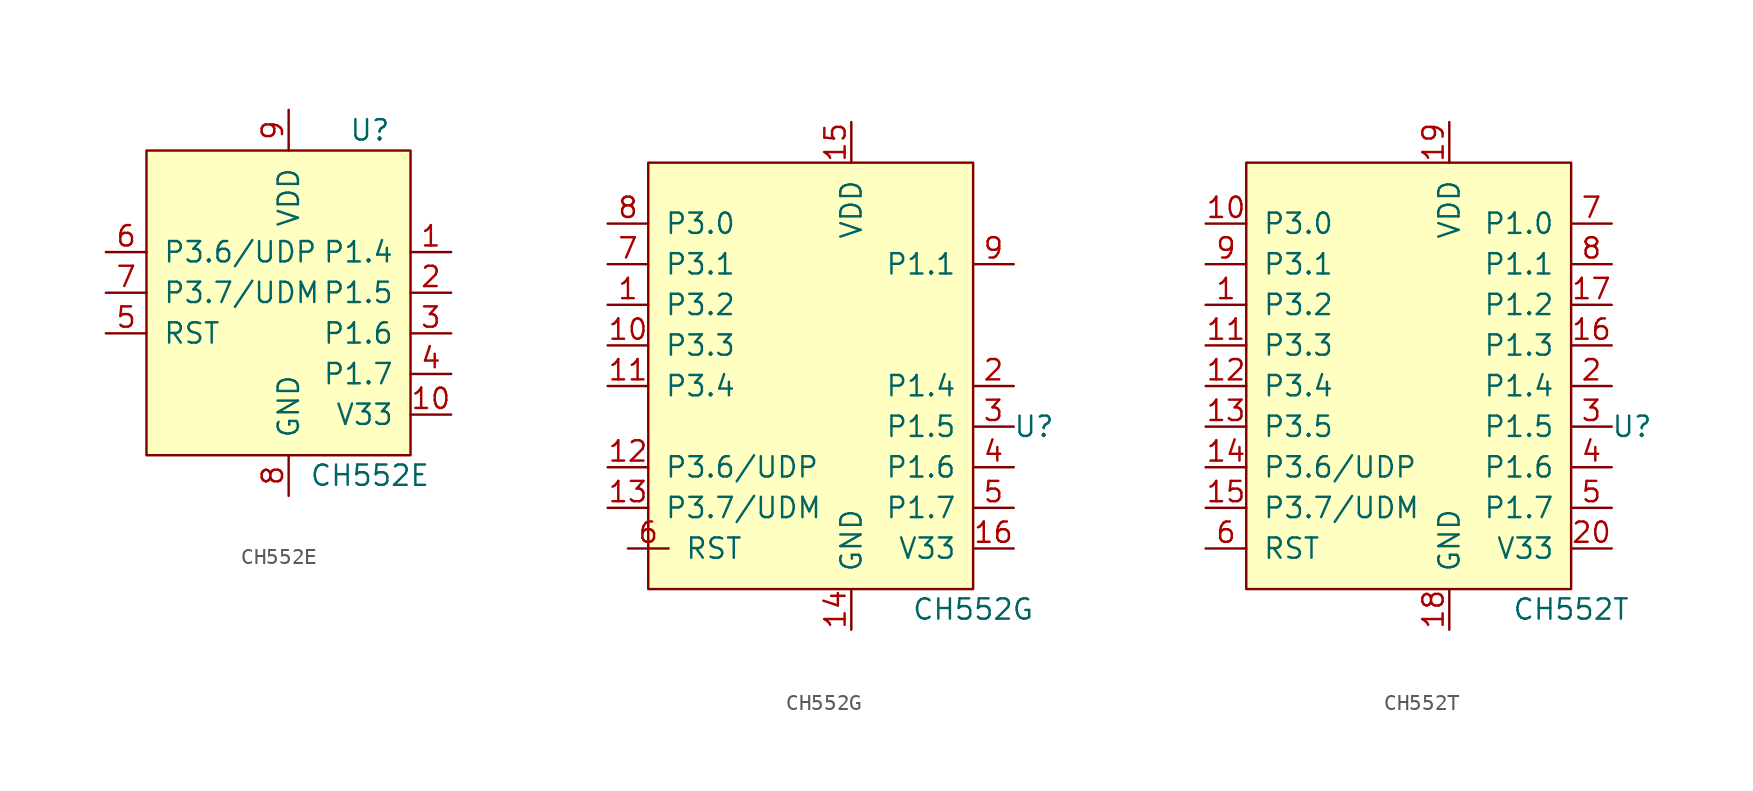
<source format=kicad_sym>
(kicad_symbol_lib
  (version 20211014)
  (generator kicad_symbol_editor)
  (symbol "CH552E"
    (pin_names
      (offset 1.016))
    (property "Reference" "U"
      (at 5.08 12.7 0)
      (effects (font (size 1.27 1.27))))
    (property "Value" "CH552E"
      (at 5.08 -8.89 0)
      (effects (font (size 1.27 1.27))))
    (symbol "CH552E_0_1"
      (rectangle (start -8.89 11.43) (end 7.62 -7.62) (stroke (width 0) (type default) (color 0 0 0 0)) (fill (type background))))
    (symbol "CH552E_1_1"
      (pin bidirectional line (at 10.16 5.08 180) (length 2.54) (name "P1.4" (effects (font (size 1.27 1.27)))) (number "1" (effects (font (size 1.27 1.27)))))
      (pin power_out line (at 10.16 -5.08 180) (length 2.54) (name "V33" (effects (font (size 1.27 1.27)))) (number "10" (effects (font (size 1.27 1.27)))))
      (pin bidirectional line (at 10.16 2.54 180) (length 2.54) (name "P1.5" (effects (font (size 1.27 1.27)))) (number "2" (effects (font (size 1.27 1.27)))))
      (pin bidirectional line (at 10.16 0 180) (length 2.54) (name "P1.6" (effects (font (size 1.27 1.27)))) (number "3" (effects (font (size 1.27 1.27)))))
      (pin bidirectional line (at 10.16 -2.54 180) (length 2.54) (name "P1.7" (effects (font (size 1.27 1.27)))) (number "4" (effects (font (size 1.27 1.27)))))
      (pin input line (at -11.43 0 0) (length 2.54) (name "RST" (effects (font (size 1.27 1.27)))) (number "5" (effects (font (size 1.27 1.27)))))
      (pin input line (at -11.43 5.08 0) (length 2.54) (name "P3.6/UDP" (effects (font (size 1.27 1.27)))) (number "6" (effects (font (size 1.27 1.27)))))
      (pin input line (at -11.43 2.54 0) (length 2.54) (name "P3.7/UDM" (effects (font (size 1.27 1.27)))) (number "7" (effects (font (size 1.27 1.27)))))
      (pin power_in line (at 0 -10.16 90) (length 2.54) (name "GND" (effects (font (size 1.27 1.27)))) (number "8" (effects (font (size 1.27 1.27)))))
      (pin power_in line (at 0 13.97 270) (length 2.54) (name "VDD" (effects (font (size 1.27 1.27)))) (number "9" (effects (font (size 1.27 1.27)))))))
  (symbol "CH552G"
    (pin_names
      (offset 1.016))
    (property "Reference" "U"
      (at 13.97 -2.54 0)
      (effects (font (size 1.27 1.27))))
    (property "Value" "CH552G"
      (at 10.16 -13.97 0)
      (effects (font (size 1.27 1.27))))
    (symbol "CH552G_0_1"
      (rectangle (start -10.16 13.97) (end 10.16 -12.7) (stroke (width 0) (type default) (color 0 0 0 0)) (fill (type background))))
    (symbol "CH552G_1_1"
      (pin input line (at -12.7 5.08 0) (length 2.54) (name "P3.2" (effects (font (size 1.27 1.27)))) (number "1" (effects (font (size 1.27 1.27)))))
      (pin input line (at -12.7 2.54 0) (length 2.54) (name "P3.3" (effects (font (size 1.27 1.27)))) (number "10" (effects (font (size 1.27 1.27)))))
      (pin input line (at -12.7 0 0) (length 2.54) (name "P3.4" (effects (font (size 1.27 1.27)))) (number "11" (effects (font (size 1.27 1.27)))))
      (pin input line (at -12.7 -5.08 0) (length 2.54) (name "P3.6/UDP" (effects (font (size 1.27 1.27)))) (number "12" (effects (font (size 1.27 1.27)))))
      (pin input line (at -12.7 -7.62 0) (length 2.54) (name "P3.7/UDM" (effects (font (size 1.27 1.27)))) (number "13" (effects (font (size 1.27 1.27)))))
      (pin power_in line (at 2.54 -15.24 90) (length 2.54) (name "GND" (effects (font (size 1.27 1.27)))) (number "14" (effects (font (size 1.27 1.27)))))
      (pin power_in line (at 2.54 16.51 270) (length 2.54) (name "VDD" (effects (font (size 1.27 1.27)))) (number "15" (effects (font (size 1.27 1.27)))))
      (pin power_out line (at 12.7 -10.16 180) (length 2.54) (name "V33" (effects (font (size 1.27 1.27)))) (number "16" (effects (font (size 1.27 1.27)))))
      (pin bidirectional line (at 12.7 0 180) (length 2.54) (name "P1.4" (effects (font (size 1.27 1.27)))) (number "2" (effects (font (size 1.27 1.27)))))
      (pin bidirectional line (at 12.7 -2.54 180) (length 2.54) (name "P1.5" (effects (font (size 1.27 1.27)))) (number "3" (effects (font (size 1.27 1.27)))))
      (pin bidirectional line (at 12.7 -5.08 180) (length 2.54) (name "P1.6" (effects (font (size 1.27 1.27)))) (number "4" (effects (font (size 1.27 1.27)))))
      (pin bidirectional line (at 12.7 -7.62 180) (length 2.54) (name "P1.7" (effects (font (size 1.27 1.27)))) (number "5" (effects (font (size 1.27 1.27)))))
      (pin input line (at -11.43 -10.16 0) (length 2.54) (name "RST" (effects (font (size 1.27 1.27)))) (number "6" (effects (font (size 1.27 1.27)))))
      (pin input line (at -12.7 7.62 0) (length 2.54) (name "P3.1" (effects (font (size 1.27 1.27)))) (number "7" (effects (font (size 1.27 1.27)))))
      (pin input line (at -12.7 10.16 0) (length 2.54) (name "P3.0" (effects (font (size 1.27 1.27)))) (number "8" (effects (font (size 1.27 1.27)))))
      (pin input line (at 12.7 7.62 180) (length 2.54) (name "P1.1" (effects (font (size 1.27 1.27)))) (number "9" (effects (font (size 1.27 1.27)))))))
  (symbol "CH552T"
    (pin_names
      (offset 1.016))
    (property "Reference" "U"
      (at 13.97 -2.54 0)
      (effects (font (size 1.27 1.27))))
    (property "Value" "CH552T"
      (at 10.16 -13.97 0)
      (effects (font (size 1.27 1.27))))
    (symbol "CH552T_0_1"
      (rectangle (start -10.16 13.97) (end 10.16 -12.7) (stroke (width 0) (type default) (color 0 0 0 0)) (fill (type background))))
    (symbol "CH552T_1_1"
      (pin input line (at -12.7 5.08 0) (length 2.54) (name "P3.2" (effects (font (size 1.27 1.27)))) (number "1" (effects (font (size 1.27 1.27)))))
      (pin input line (at -12.7 10.16 0) (length 2.54) (name "P3.0" (effects (font (size 1.27 1.27)))) (number "10" (effects (font (size 1.27 1.27)))))
      (pin input line (at -12.7 2.54 0) (length 2.54) (name "P3.3" (effects (font (size 1.27 1.27)))) (number "11" (effects (font (size 1.27 1.27)))))
      (pin input line (at -12.7 0 0) (length 2.54) (name "P3.4" (effects (font (size 1.27 1.27)))) (number "12" (effects (font (size 1.27 1.27)))))
      (pin input line (at -12.7 -2.54 0) (length 2.54) (name "P3.5" (effects (font (size 1.27 1.27)))) (number "13" (effects (font (size 1.27 1.27)))))
      (pin input line (at -12.7 -5.08 0) (length 2.54) (name "P3.6/UDP" (effects (font (size 1.27 1.27)))) (number "14" (effects (font (size 1.27 1.27)))))
      (pin input line (at -12.7 -7.62 0) (length 2.54) (name "P3.7/UDM" (effects (font (size 1.27 1.27)))) (number "15" (effects (font (size 1.27 1.27)))))
      (pin input line (at 12.7 2.54 180) (length 2.54) (name "P1.3" (effects (font (size 1.27 1.27)))) (number "16" (effects (font (size 1.27 1.27)))))
      (pin input line (at 12.7 5.08 180) (length 2.54) (name "P1.2" (effects (font (size 1.27 1.27)))) (number "17" (effects (font (size 1.27 1.27)))))
      (pin power_in line (at 2.54 -15.24 90) (length 2.54) (name "GND" (effects (font (size 1.27 1.27)))) (number "18" (effects (font (size 1.27 1.27)))))
      (pin power_in line (at 2.54 16.51 270) (length 2.54) (name "VDD" (effects (font (size 1.27 1.27)))) (number "19" (effects (font (size 1.27 1.27)))))
      (pin bidirectional line (at 12.7 0 180) (length 2.54) (name "P1.4" (effects (font (size 1.27 1.27)))) (number "2" (effects (font (size 1.27 1.27)))))
      (pin power_out line (at 12.7 -10.16 180) (length 2.54) (name "V33" (effects (font (size 1.27 1.27)))) (number "20" (effects (font (size 1.27 1.27)))))
      (pin bidirectional line (at 12.7 -2.54 180) (length 2.54) (name "P1.5" (effects (font (size 1.27 1.27)))) (number "3" (effects (font (size 1.27 1.27)))))
      (pin bidirectional line (at 12.7 -5.08 180) (length 2.54) (name "P1.6" (effects (font (size 1.27 1.27)))) (number "4" (effects (font (size 1.27 1.27)))))
      (pin bidirectional line (at 12.7 -7.62 180) (length 2.54) (name "P1.7" (effects (font (size 1.27 1.27)))) (number "5" (effects (font (size 1.27 1.27)))))
      (pin input line (at -12.7 -10.16 0) (length 2.54) (name "RST" (effects (font (size 1.27 1.27)))) (number "6" (effects (font (size 1.27 1.27)))))
      (pin input line (at 12.7 10.16 180) (length 2.54) (name "P1.0" (effects (font (size 1.27 1.27)))) (number "7" (effects (font (size 1.27 1.27)))))
      (pin input line (at 12.7 7.62 180) (length 2.54) (name "P1.1" (effects (font (size 1.27 1.27)))) (number "8" (effects (font (size 1.27 1.27)))))
      (pin input line (at -12.7 7.62 0) (length 2.54) (name "P3.1" (effects (font (size 1.27 1.27)))) (number "9" (effects (font (size 1.27 1.27))))))))
</source>
